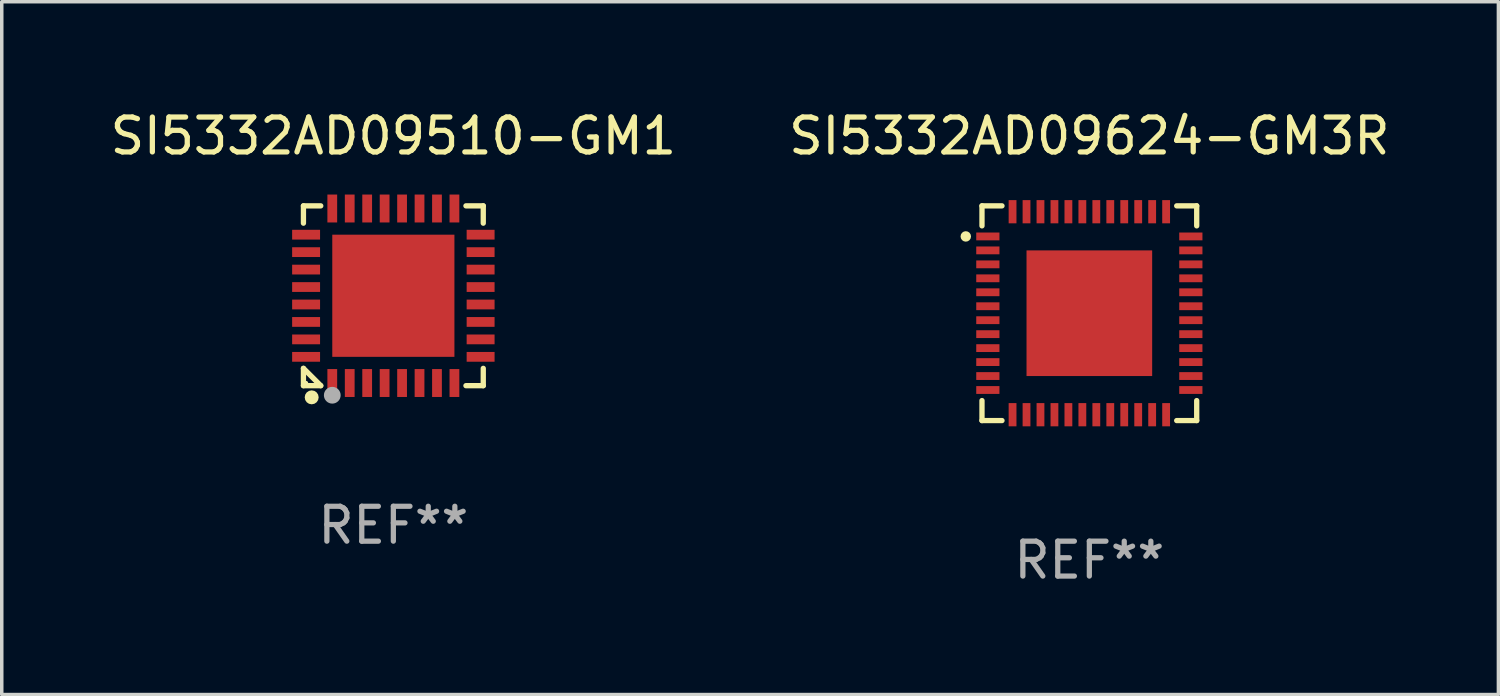
<source format=kicad_pcb>
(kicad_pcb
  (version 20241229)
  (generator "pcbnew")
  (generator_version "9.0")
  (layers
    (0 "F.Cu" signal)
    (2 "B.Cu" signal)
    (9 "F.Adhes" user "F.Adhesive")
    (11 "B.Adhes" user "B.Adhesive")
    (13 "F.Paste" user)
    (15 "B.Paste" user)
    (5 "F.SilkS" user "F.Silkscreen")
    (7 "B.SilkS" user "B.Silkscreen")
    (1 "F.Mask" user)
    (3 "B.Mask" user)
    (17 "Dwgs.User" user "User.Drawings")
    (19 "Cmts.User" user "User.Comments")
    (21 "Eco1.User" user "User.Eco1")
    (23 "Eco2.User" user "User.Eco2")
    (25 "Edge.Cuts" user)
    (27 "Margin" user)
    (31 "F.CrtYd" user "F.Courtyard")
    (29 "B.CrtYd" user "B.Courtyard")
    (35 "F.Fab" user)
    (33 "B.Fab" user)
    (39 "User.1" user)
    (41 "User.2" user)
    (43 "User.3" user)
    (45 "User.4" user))
  (footprint "SI5332AD09510-GM1"
    (layer "F.Cu")
    (at 8.22 5.424)
    (property "Reference" "SI5332AD09510-GM1" (at 0 -4.576 0) (layer "F.SilkS") (effects (font (size 1 1) (thickness 0.15))))
    (attr through_hole)
    (fp_line (start -2.576 -2.576) (end -2.08 -2.576) (stroke (width 0.152) (type solid)) (layer "F.SilkS"))
    (fp_line (start -2.576 -2.08) (end -2.576 -2.576) (stroke (width 0.152) (type solid)) (layer "F.SilkS"))
    (fp_line (start -2.576 2.08) (end -2.576 2.576) (stroke (width 0.152) (type solid)) (layer "F.SilkS"))
    (fp_line (start -2.576 2.08) (end -2.08 2.576) (stroke (width 0.152) (type solid)) (layer "F.SilkS"))
    (fp_line (start -2.576 2.576) (end -2.08 2.576) (stroke (width 0.152) (type solid)) (layer "F.SilkS"))
    (fp_line (start 2.576 -2.576) (end 2.08 -2.576) (stroke (width 0.152) (type solid)) (layer "F.SilkS"))
    (fp_line (start 2.576 -2.08) (end 2.576 -2.576) (stroke (width 0.152) (type solid)) (layer "F.SilkS"))
    (fp_line (start 2.576 2.08) (end 2.576 2.576) (stroke (width 0.152) (type solid)) (layer "F.SilkS"))
    (fp_line (start 2.576 2.576) (end 2.08 2.576) (stroke (width 0.152) (type solid)) (layer "F.SilkS"))
    (fp_circle (center -2.5 2.5) (end -2.47 2.5) (stroke (width 0.06) (type solid)) (fill no) (layer "F.SilkS"))
    (fp_circle (center -2.34 2.91) (end -2.24 2.91) (stroke (width 0.2) (type solid)) (fill no) (layer "F.SilkS"))
    (fp_circle (center -1.75 2.85) (end -1.63 2.85) (stroke (width 0.24) (type solid)) (fill no) (layer "F.Fab"))
    (fp_text user "REF**" (at 0 6.576 0) (layer "F.Fab") (effects (font (size 1 1) (thickness 0.15))))
    (pad "1" smd rect (at -1.75 2.5) (size 0.28 0.8) (layers "F.Cu" "F.Mask" "F.Paste"))
    (pad "2" smd rect (at -1.25 2.5) (size 0.28 0.8) (layers "F.Cu" "F.Mask" "F.Paste"))
    (pad "3" smd rect (at -0.75 2.5) (size 0.28 0.8) (layers "F.Cu" "F.Mask" "F.Paste"))
    (pad "4" smd rect (at -0.25 2.5) (size 0.28 0.8) (layers "F.Cu" "F.Mask" "F.Paste"))
    (pad "5" smd rect (at 0.25 2.5) (size 0.28 0.8) (layers "F.Cu" "F.Mask" "F.Paste"))
    (pad "6" smd rect (at 0.75 2.5) (size 0.28 0.8) (layers "F.Cu" "F.Mask" "F.Paste"))
    (pad "7" smd rect (at 1.25 2.5) (size 0.28 0.8) (layers "F.Cu" "F.Mask" "F.Paste"))
    (pad "8" smd rect (at 1.75 2.5) (size 0.28 0.8) (layers "F.Cu" "F.Mask" "F.Paste"))
    (pad "9" smd rect (at 2.5 1.75) (size 0.8 0.28) (layers "F.Cu" "F.Mask" "F.Paste"))
    (pad "10" smd rect (at 2.5 1.25) (size 0.8 0.28) (layers "F.Cu" "F.Mask" "F.Paste"))
    (pad "11" smd rect (at 2.5 0.75) (size 0.8 0.28) (layers "F.Cu" "F.Mask" "F.Paste"))
    (pad "12" smd rect (at 2.5 0.25) (size 0.8 0.28) (layers "F.Cu" "F.Mask" "F.Paste"))
    (pad "13" smd rect (at 2.5 -0.25) (size 0.8 0.28) (layers "F.Cu" "F.Mask" "F.Paste"))
    (pad "14" smd rect (at 2.5 -0.75) (size 0.8 0.28) (layers "F.Cu" "F.Mask" "F.Paste"))
    (pad "15" smd rect (at 2.5 -1.25) (size 0.8 0.28) (layers "F.Cu" "F.Mask" "F.Paste"))
    (pad "16" smd rect (at 2.5 -1.75) (size 0.8 0.28) (layers "F.Cu" "F.Mask" "F.Paste"))
    (pad "17" smd rect (at 1.75 -2.5) (size 0.28 0.8) (layers "F.Cu" "F.Mask" "F.Paste"))
    (pad "18" smd rect (at 1.25 -2.5) (size 0.28 0.8) (layers "F.Cu" "F.Mask" "F.Paste"))
    (pad "19" smd rect (at 0.75 -2.5) (size 0.28 0.8) (layers "F.Cu" "F.Mask" "F.Paste"))
    (pad "20" smd rect (at 0.25 -2.5) (size 0.28 0.8) (layers "F.Cu" "F.Mask" "F.Paste"))
    (pad "21" smd rect (at -0.25 -2.5) (size 0.28 0.8) (layers "F.Cu" "F.Mask" "F.Paste"))
    (pad "22" smd rect (at -0.75 -2.5) (size 0.28 0.8) (layers "F.Cu" "F.Mask" "F.Paste"))
    (pad "23" smd rect (at -1.25 -2.5) (size 0.28 0.8) (layers "F.Cu" "F.Mask" "F.Paste"))
    (pad "24" smd rect (at -1.75 -2.5) (size 0.28 0.8) (layers "F.Cu" "F.Mask" "F.Paste"))
    (pad "25" smd rect (at -2.5 -1.75) (size 0.8 0.28) (layers "F.Cu" "F.Mask" "F.Paste"))
    (pad "26" smd rect (at -2.5 -1.25) (size 0.8 0.28) (layers "F.Cu" "F.Mask" "F.Paste"))
    (pad "27" smd rect (at -2.5 -0.75) (size 0.8 0.28) (layers "F.Cu" "F.Mask" "F.Paste"))
    (pad "28" smd rect (at -2.5 -0.25) (size 0.8 0.28) (layers "F.Cu" "F.Mask" "F.Paste"))
    (pad "29" smd rect (at -2.5 0.25) (size 0.8 0.28) (layers "F.Cu" "F.Mask" "F.Paste"))
    (pad "30" smd rect (at -2.5 0.75) (size 0.8 0.28) (layers "F.Cu" "F.Mask" "F.Paste"))
    (pad "31" smd rect (at -2.5 1.25) (size 0.8 0.28) (layers "F.Cu" "F.Mask" "F.Paste"))
    (pad "32" smd rect (at -2.5 1.75) (size 0.8 0.28) (layers "F.Cu" "F.Mask" "F.Paste"))
    (pad "33" smd rect (at 0 0) (size 3.5 3.5) (layers "F.Cu" "F.Mask" "F.Paste")))
  (footprint "SI5332AD09624-GM3R"
    (layer "F.Cu")
    (at 28.161 5.924)
    (property "Reference" "SI5332AD09624-GM3R" (at 0 -5.076 0) (layer "F.SilkS") (effects (font (size 1 1) (thickness 0.15))))
    (attr through_hole)
    (fp_line (start -3.076 -3.076) (end -3.076 -2.503) (stroke (width 0.152) (type solid)) (layer "F.SilkS"))
    (fp_line (start -3.076 3.076) (end -3.076 2.503) (stroke (width 0.152) (type solid)) (layer "F.SilkS"))
    (fp_line (start -2.503 -3.076) (end -3.076 -3.076) (stroke (width 0.152) (type solid)) (layer "F.SilkS"))
    (fp_line (start -2.503 3.076) (end -3.076 3.076) (stroke (width 0.152) (type solid)) (layer "F.SilkS"))
    (fp_line (start 2.503 -3.076) (end 3.076 -3.076) (stroke (width 0.152) (type solid)) (layer "F.SilkS"))
    (fp_line (start 2.503 3.076) (end 3.076 3.076) (stroke (width 0.152) (type solid)) (layer "F.SilkS"))
    (fp_line (start 3.076 -3.076) (end 3.076 -2.503) (stroke (width 0.152) (type solid)) (layer "F.SilkS"))
    (fp_line (start 3.076 3.076) (end 3.076 2.503) (stroke (width 0.152) (type solid)) (layer "F.SilkS"))
    (fp_circle (center -3.54 -2.2) (end -3.465 -2.2) (stroke (width 0.15) (type solid)) (fill no) (layer "F.SilkS"))
    (fp_text user "REF**" (at 0 7.076 0) (layer "F.Fab") (effects (font (size 1 1) (thickness 0.15))))
    (pad "1" smd rect (at -2.908 -2.2) (size 0.665 0.224) (layers "F.Cu" "F.Mask" "F.Paste"))
    (pad "2" smd rect (at -2.908 -1.8) (size 0.665 0.224) (layers "F.Cu" "F.Mask" "F.Paste"))
    (pad "3" smd rect (at -2.908 -1.4) (size 0.665 0.224) (layers "F.Cu" "F.Mask" "F.Paste"))
    (pad "4" smd rect (at -2.908 -1) (size 0.665 0.224) (layers "F.Cu" "F.Mask" "F.Paste"))
    (pad "5" smd rect (at -2.908 -0.6) (size 0.665 0.224) (layers "F.Cu" "F.Mask" "F.Paste"))
    (pad "6" smd rect (at -2.908 -0.2) (size 0.665 0.224) (layers "F.Cu" "F.Mask" "F.Paste"))
    (pad "7" smd rect (at -2.908 0.2) (size 0.665 0.224) (layers "F.Cu" "F.Mask" "F.Paste"))
    (pad "8" smd rect (at -2.908 0.6) (size 0.665 0.224) (layers "F.Cu" "F.Mask" "F.Paste"))
    (pad "9" smd rect (at -2.908 1) (size 0.665 0.224) (layers "F.Cu" "F.Mask" "F.Paste"))
    (pad "10" smd rect (at -2.908 1.4) (size 0.665 0.224) (layers "F.Cu" "F.Mask" "F.Paste"))
    (pad "11" smd rect (at -2.908 1.8) (size 0.665 0.224) (layers "F.Cu" "F.Mask" "F.Paste"))
    (pad "12" smd rect (at -2.908 2.2) (size 0.665 0.224) (layers "F.Cu" "F.Mask" "F.Paste"))
    (pad "13" smd rect (at -2.2 2.908) (size 0.224 0.665) (layers "F.Cu" "F.Mask" "F.Paste"))
    (pad "14" smd rect (at -1.8 2.908) (size 0.224 0.665) (layers "F.Cu" "F.Mask" "F.Paste"))
    (pad "15" smd rect (at -1.4 2.908) (size 0.224 0.665) (layers "F.Cu" "F.Mask" "F.Paste"))
    (pad "16" smd rect (at -1 2.908) (size 0.224 0.665) (layers "F.Cu" "F.Mask" "F.Paste"))
    (pad "17" smd rect (at -0.6 2.908) (size 0.224 0.665) (layers "F.Cu" "F.Mask" "F.Paste"))
    (pad "18" smd rect (at -0.2 2.908) (size 0.224 0.665) (layers "F.Cu" "F.Mask" "F.Paste"))
    (pad "19" smd rect (at 0.2 2.908) (size 0.224 0.665) (layers "F.Cu" "F.Mask" "F.Paste"))
    (pad "20" smd rect (at 0.6 2.908) (size 0.224 0.665) (layers "F.Cu" "F.Mask" "F.Paste"))
    (pad "21" smd rect (at 1 2.908) (size 0.224 0.665) (layers "F.Cu" "F.Mask" "F.Paste"))
    (pad "22" smd rect (at 1.4 2.908) (size 0.224 0.665) (layers "F.Cu" "F.Mask" "F.Paste"))
    (pad "23" smd rect (at 1.8 2.908) (size 0.224 0.665) (layers "F.Cu" "F.Mask" "F.Paste"))
    (pad "24" smd rect (at 2.2 2.908) (size 0.224 0.665) (layers "F.Cu" "F.Mask" "F.Paste"))
    (pad "25" smd rect (at 2.908 2.2) (size 0.665 0.224) (layers "F.Cu" "F.Mask" "F.Paste"))
    (pad "26" smd rect (at 2.908 1.8) (size 0.665 0.224) (layers "F.Cu" "F.Mask" "F.Paste"))
    (pad "27" smd rect (at 2.908 1.4) (size 0.665 0.224) (layers "F.Cu" "F.Mask" "F.Paste"))
    (pad "28" smd rect (at 2.908 1) (size 0.665 0.224) (layers "F.Cu" "F.Mask" "F.Paste"))
    (pad "29" smd rect (at 2.908 0.6) (size 0.665 0.224) (layers "F.Cu" "F.Mask" "F.Paste"))
    (pad "30" smd rect (at 2.908 0.2) (size 0.665 0.224) (layers "F.Cu" "F.Mask" "F.Paste"))
    (pad "31" smd rect (at 2.908 -0.2) (size 0.665 0.224) (layers "F.Cu" "F.Mask" "F.Paste"))
    (pad "32" smd rect (at 2.908 -0.6) (size 0.665 0.224) (layers "F.Cu" "F.Mask" "F.Paste"))
    (pad "33" smd rect (at 2.908 -1) (size 0.665 0.224) (layers "F.Cu" "F.Mask" "F.Paste"))
    (pad "34" smd rect (at 2.908 -1.4) (size 0.665 0.224) (layers "F.Cu" "F.Mask" "F.Paste"))
    (pad "35" smd rect (at 2.908 -1.8) (size 0.665 0.224) (layers "F.Cu" "F.Mask" "F.Paste"))
    (pad "36" smd rect (at 2.908 -2.2) (size 0.665 0.224) (layers "F.Cu" "F.Mask" "F.Paste"))
    (pad "37" smd rect (at 2.2 -2.908) (size 0.224 0.665) (layers "F.Cu" "F.Mask" "F.Paste"))
    (pad "38" smd rect (at 1.8 -2.908) (size 0.224 0.665) (layers "F.Cu" "F.Mask" "F.Paste"))
    (pad "39" smd rect (at 1.4 -2.908) (size 0.224 0.665) (layers "F.Cu" "F.Mask" "F.Paste"))
    (pad "40" smd rect (at 1 -2.908) (size 0.224 0.665) (layers "F.Cu" "F.Mask" "F.Paste"))
    (pad "41" smd rect (at 0.6 -2.908) (size 0.224 0.665) (layers "F.Cu" "F.Mask" "F.Paste"))
    (pad "42" smd rect (at 0.2 -2.908) (size 0.224 0.665) (layers "F.Cu" "F.Mask" "F.Paste"))
    (pad "43" smd rect (at -0.2 -2.908) (size 0.224 0.665) (layers "F.Cu" "F.Mask" "F.Paste"))
    (pad "44" smd rect (at -0.6 -2.908) (size 0.224 0.665) (layers "F.Cu" "F.Mask" "F.Paste"))
    (pad "45" smd rect (at -1 -2.908) (size 0.224 0.665) (layers "F.Cu" "F.Mask" "F.Paste"))
    (pad "46" smd rect (at -1.4 -2.908) (size 0.224 0.665) (layers "F.Cu" "F.Mask" "F.Paste"))
    (pad "47" smd rect (at -1.8 -2.908) (size 0.224 0.665) (layers "F.Cu" "F.Mask" "F.Paste"))
    (pad "48" smd rect (at -2.2 -2.908) (size 0.224 0.665) (layers "F.Cu" "F.Mask" "F.Paste"))
    (pad "49" smd rect (at 0 0) (size 3.6 3.6) (layers "F.Cu" "F.Mask" "F.Paste")))
  (gr_rect
    (start -3 -3)
    (end 39.881 16.849)
    (stroke (width 0.1) (type default))
    (fill no)
    (layer "Edge.Cuts")))
</source>
